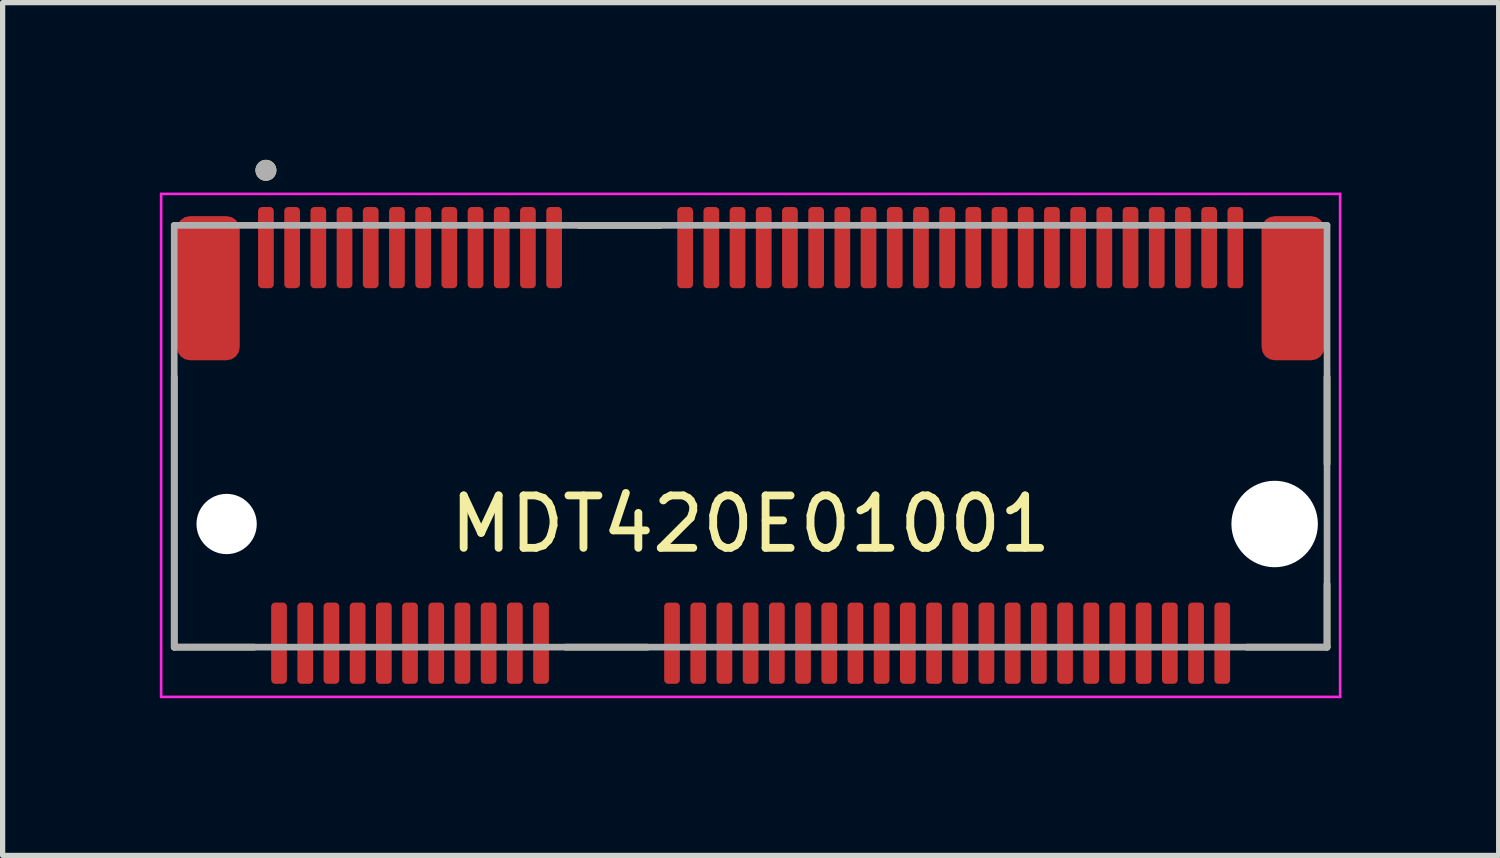
<source format=kicad_pcb>
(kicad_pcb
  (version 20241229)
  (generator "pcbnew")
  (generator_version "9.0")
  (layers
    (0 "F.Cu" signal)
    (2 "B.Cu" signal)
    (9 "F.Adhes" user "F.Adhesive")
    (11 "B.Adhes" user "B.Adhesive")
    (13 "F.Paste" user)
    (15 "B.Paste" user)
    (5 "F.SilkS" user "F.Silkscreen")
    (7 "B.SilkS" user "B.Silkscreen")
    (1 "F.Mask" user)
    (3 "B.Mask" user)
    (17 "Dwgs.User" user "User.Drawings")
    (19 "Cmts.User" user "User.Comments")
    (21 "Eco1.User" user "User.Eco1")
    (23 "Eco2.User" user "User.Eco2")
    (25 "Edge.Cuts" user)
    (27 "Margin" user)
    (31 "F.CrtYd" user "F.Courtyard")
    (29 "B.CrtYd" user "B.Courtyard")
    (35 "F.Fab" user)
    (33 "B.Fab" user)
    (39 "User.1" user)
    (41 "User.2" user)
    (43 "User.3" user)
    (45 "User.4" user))
  (footprint "MDT420E01001"
    (layer "F.Cu")
    (at 11.275 6.95)
    (property "Reference" "MDT420E01001" (at 0 0 0) (layer "F.SilkS") (effects (font (size 1 1) (thickness 0.15))))
    (attr smd)
    (fp_line (start -11 2.35) (end -11 -2.805) (stroke (width 0.127) (type solid)) (layer "F.SilkS"))
    (fp_line (start -9.47 2.35) (end -11 2.35) (stroke (width 0.127) (type solid)) (layer "F.SilkS"))
    (fp_line (start -3.53 2.35) (end -1.97 2.35) (stroke (width 0.127) (type solid)) (layer "F.SilkS"))
    (fp_line (start -3.28 -5.7) (end -1.72 -5.7) (stroke (width 0.127) (type solid)) (layer "F.SilkS"))
    (fp_line (start 11 -2.805) (end 11 -1.145) (stroke (width 0.127) (type solid)) (layer "F.SilkS"))
    (fp_line (start 11 2.35) (end 9.47 2.35) (stroke (width 0.127) (type solid)) (layer "F.SilkS"))
    (fp_line (start 11 2.35) (end 11 1.145) (stroke (width 0.127) (type solid)) (layer "F.SilkS"))
    (fp_circle (center -9.25 -6.75) (end -9.15 -6.75) (stroke (width 0.2) (type solid)) (fill no) (layer "F.SilkS"))
    (fp_line (start -11.25 -6.3) (end -11.25 3.3) (stroke (width 0.05) (type solid)) (layer "F.CrtYd"))
    (fp_line (start -11.25 3.3) (end 11.25 3.3) (stroke (width 0.05) (type solid)) (layer "F.CrtYd"))
    (fp_line (start 11.25 -6.3) (end -11.25 -6.3) (stroke (width 0.05) (type solid)) (layer "F.CrtYd"))
    (fp_line (start 11.25 3.3) (end 11.25 -6.3) (stroke (width 0.05) (type solid)) (layer "F.CrtYd"))
    (fp_line (start -11 -5.7) (end 11 -5.7) (stroke (width 0.127) (type solid)) (layer "F.Fab"))
    (fp_line (start -11 2.35) (end -11 -5.7) (stroke (width 0.127) (type solid)) (layer "F.Fab"))
    (fp_line (start 11 -5.7) (end 11 2.35) (stroke (width 0.127) (type solid)) (layer "F.Fab"))
    (fp_line (start 11 2.35) (end -11 2.35) (stroke (width 0.127) (type solid)) (layer "F.Fab"))
    (fp_circle (center -9.25 -6.75) (end -9.15 -6.75) (stroke (width 0.2) (type solid)) (fill no) (layer "F.Fab"))
    (pad "" np_thru_hole circle (at -10 0) (size 1.15 1.15) (drill 1.15) (layers "*.Cu" "*.Mask"))
    (pad "" np_thru_hole circle (at 10 0) (size 1.65 1.65) (drill 1.65) (layers "*.Cu" "*.Mask"))
    (pad "1" smd roundrect (at -9.25 -5.275) (size 0.3 1.55) (layers "F.Cu" "F.Mask" "F.Paste") (roundrect_rratio 0.25))
    (pad "2" smd roundrect (at -9 2.275) (size 0.3 1.55) (layers "F.Cu" "F.Mask" "F.Paste") (roundrect_rratio 0.25))
    (pad "3" smd roundrect (at -8.75 -5.275) (size 0.3 1.55) (layers "F.Cu" "F.Mask" "F.Paste") (roundrect_rratio 0.25))
    (pad "4" smd roundrect (at -8.5 2.275) (size 0.3 1.55) (layers "F.Cu" "F.Mask" "F.Paste") (roundrect_rratio 0.25))
    (pad "5" smd roundrect (at -8.25 -5.275) (size 0.3 1.55) (layers "F.Cu" "F.Mask" "F.Paste") (roundrect_rratio 0.25))
    (pad "6" smd roundrect (at -8 2.275) (size 0.3 1.55) (layers "F.Cu" "F.Mask" "F.Paste") (roundrect_rratio 0.25))
    (pad "7" smd roundrect (at -7.75 -5.275) (size 0.3 1.55) (layers "F.Cu" "F.Mask" "F.Paste") (roundrect_rratio 0.25))
    (pad "8" smd roundrect (at -7.5 2.275) (size 0.3 1.55) (layers "F.Cu" "F.Mask" "F.Paste") (roundrect_rratio 0.25))
    (pad "9" smd roundrect (at -7.25 -5.275) (size 0.3 1.55) (layers "F.Cu" "F.Mask" "F.Paste") (roundrect_rratio 0.25))
    (pad "10" smd roundrect (at -7 2.275) (size 0.3 1.55) (layers "F.Cu" "F.Mask" "F.Paste") (roundrect_rratio 0.25))
    (pad "11" smd roundrect (at -6.75 -5.275) (size 0.3 1.55) (layers "F.Cu" "F.Mask" "F.Paste") (roundrect_rratio 0.25))
    (pad "12" smd roundrect (at -6.5 2.275) (size 0.3 1.55) (layers "F.Cu" "F.Mask" "F.Paste") (roundrect_rratio 0.25))
    (pad "13" smd roundrect (at -6.25 -5.275) (size 0.3 1.55) (layers "F.Cu" "F.Mask" "F.Paste") (roundrect_rratio 0.25))
    (pad "14" smd roundrect (at -6 2.275) (size 0.3 1.55) (layers "F.Cu" "F.Mask" "F.Paste") (roundrect_rratio 0.25))
    (pad "15" smd roundrect (at -5.75 -5.275) (size 0.3 1.55) (layers "F.Cu" "F.Mask" "F.Paste") (roundrect_rratio 0.25))
    (pad "16" smd roundrect (at -5.5 2.275) (size 0.3 1.55) (layers "F.Cu" "F.Mask" "F.Paste") (roundrect_rratio 0.25))
    (pad "17" smd roundrect (at -5.25 -5.275) (size 0.3 1.55) (layers "F.Cu" "F.Mask" "F.Paste") (roundrect_rratio 0.25))
    (pad "18" smd roundrect (at -5 2.275) (size 0.3 1.55) (layers "F.Cu" "F.Mask" "F.Paste") (roundrect_rratio 0.25))
    (pad "19" smd roundrect (at -4.75 -5.275) (size 0.3 1.55) (layers "F.Cu" "F.Mask" "F.Paste") (roundrect_rratio 0.25))
    (pad "20" smd roundrect (at -4.5 2.275) (size 0.3 1.55) (layers "F.Cu" "F.Mask" "F.Paste") (roundrect_rratio 0.25))
    (pad "21" smd roundrect (at -4.25 -5.275) (size 0.3 1.55) (layers "F.Cu" "F.Mask" "F.Paste") (roundrect_rratio 0.25))
    (pad "22" smd roundrect (at -4 2.275) (size 0.3 1.55) (layers "F.Cu" "F.Mask" "F.Paste") (roundrect_rratio 0.25))
    (pad "23" smd roundrect (at -3.75 -5.275) (size 0.3 1.55) (layers "F.Cu" "F.Mask" "F.Paste") (roundrect_rratio 0.25))
    (pad "32" smd roundrect (at -1.5 2.275) (size 0.3 1.55) (layers "F.Cu" "F.Mask" "F.Paste") (roundrect_rratio 0.25))
    (pad "33" smd roundrect (at -1.25 -5.275) (size 0.3 1.55) (layers "F.Cu" "F.Mask" "F.Paste") (roundrect_rratio 0.25))
    (pad "34" smd roundrect (at -1 2.275) (size 0.3 1.55) (layers "F.Cu" "F.Mask" "F.Paste") (roundrect_rratio 0.25))
    (pad "35" smd roundrect (at -0.75 -5.275) (size 0.3 1.55) (layers "F.Cu" "F.Mask" "F.Paste") (roundrect_rratio 0.25))
    (pad "36" smd roundrect (at -0.5 2.275) (size 0.3 1.55) (layers "F.Cu" "F.Mask" "F.Paste") (roundrect_rratio 0.25))
    (pad "37" smd roundrect (at -0.25 -5.275) (size 0.3 1.55) (layers "F.Cu" "F.Mask" "F.Paste") (roundrect_rratio 0.25))
    (pad "38" smd roundrect (at 0 2.275) (size 0.3 1.55) (layers "F.Cu" "F.Mask" "F.Paste") (roundrect_rratio 0.25))
    (pad "39" smd roundrect (at 0.25 -5.275) (size 0.3 1.55) (layers "F.Cu" "F.Mask" "F.Paste") (roundrect_rratio 0.25))
    (pad "40" smd roundrect (at 0.5 2.275) (size 0.3 1.55) (layers "F.Cu" "F.Mask" "F.Paste") (roundrect_rratio 0.25))
    (pad "41" smd roundrect (at 0.75 -5.275) (size 0.3 1.55) (layers "F.Cu" "F.Mask" "F.Paste") (roundrect_rratio 0.25))
    (pad "42" smd roundrect (at 1 2.275) (size 0.3 1.55) (layers "F.Cu" "F.Mask" "F.Paste") (roundrect_rratio 0.25))
    (pad "43" smd roundrect (at 1.25 -5.275) (size 0.3 1.55) (layers "F.Cu" "F.Mask" "F.Paste") (roundrect_rratio 0.25))
    (pad "44" smd roundrect (at 1.5 2.275) (size 0.3 1.55) (layers "F.Cu" "F.Mask" "F.Paste") (roundrect_rratio 0.25))
    (pad "45" smd roundrect (at 1.75 -5.275) (size 0.3 1.55) (layers "F.Cu" "F.Mask" "F.Paste") (roundrect_rratio 0.25))
    (pad "46" smd roundrect (at 2 2.275) (size 0.3 1.55) (layers "F.Cu" "F.Mask" "F.Paste") (roundrect_rratio 0.25))
    (pad "47" smd roundrect (at 2.25 -5.275) (size 0.3 1.55) (layers "F.Cu" "F.Mask" "F.Paste") (roundrect_rratio 0.25))
    (pad "48" smd roundrect (at 2.5 2.275) (size 0.3 1.55) (layers "F.Cu" "F.Mask" "F.Paste") (roundrect_rratio 0.25))
    (pad "49" smd roundrect (at 2.75 -5.275) (size 0.3 1.55) (layers "F.Cu" "F.Mask" "F.Paste") (roundrect_rratio 0.25))
    (pad "50" smd roundrect (at 3 2.275) (size 0.3 1.55) (layers "F.Cu" "F.Mask" "F.Paste") (roundrect_rratio 0.25))
    (pad "51" smd roundrect (at 3.25 -5.275) (size 0.3 1.55) (layers "F.Cu" "F.Mask" "F.Paste") (roundrect_rratio 0.25))
    (pad "52" smd roundrect (at 3.5 2.275) (size 0.3 1.55) (layers "F.Cu" "F.Mask" "F.Paste") (roundrect_rratio 0.25))
    (pad "53" smd roundrect (at 3.75 -5.275) (size 0.3 1.55) (layers "F.Cu" "F.Mask" "F.Paste") (roundrect_rratio 0.25))
    (pad "54" smd roundrect (at 4 2.275) (size 0.3 1.55) (layers "F.Cu" "F.Mask" "F.Paste") (roundrect_rratio 0.25))
    (pad "55" smd roundrect (at 4.25 -5.275) (size 0.3 1.55) (layers "F.Cu" "F.Mask" "F.Paste") (roundrect_rratio 0.25))
    (pad "56" smd roundrect (at 4.5 2.275) (size 0.3 1.55) (layers "F.Cu" "F.Mask" "F.Paste") (roundrect_rratio 0.25))
    (pad "57" smd roundrect (at 4.75 -5.275) (size 0.3 1.55) (layers "F.Cu" "F.Mask" "F.Paste") (roundrect_rratio 0.25))
    (pad "58" smd roundrect (at 5 2.275) (size 0.3 1.55) (layers "F.Cu" "F.Mask" "F.Paste") (roundrect_rratio 0.25))
    (pad "59" smd roundrect (at 5.25 -5.275) (size 0.3 1.55) (layers "F.Cu" "F.Mask" "F.Paste") (roundrect_rratio 0.25))
    (pad "60" smd roundrect (at 5.5 2.275) (size 0.3 1.55) (layers "F.Cu" "F.Mask" "F.Paste") (roundrect_rratio 0.25))
    (pad "61" smd roundrect (at 5.75 -5.275) (size 0.3 1.55) (layers "F.Cu" "F.Mask" "F.Paste") (roundrect_rratio 0.25))
    (pad "62" smd roundrect (at 6 2.275) (size 0.3 1.55) (layers "F.Cu" "F.Mask" "F.Paste") (roundrect_rratio 0.25))
    (pad "63" smd roundrect (at 6.25 -5.275) (size 0.3 1.55) (layers "F.Cu" "F.Mask" "F.Paste") (roundrect_rratio 0.25))
    (pad "64" smd roundrect (at 6.5 2.275) (size 0.3 1.55) (layers "F.Cu" "F.Mask" "F.Paste") (roundrect_rratio 0.25))
    (pad "65" smd roundrect (at 6.75 -5.275) (size 0.3 1.55) (layers "F.Cu" "F.Mask" "F.Paste") (roundrect_rratio 0.25))
    (pad "66" smd roundrect (at 7 2.275) (size 0.3 1.55) (layers "F.Cu" "F.Mask" "F.Paste") (roundrect_rratio 0.25))
    (pad "67" smd roundrect (at 7.25 -5.275) (size 0.3 1.55) (layers "F.Cu" "F.Mask" "F.Paste") (roundrect_rratio 0.25))
    (pad "68" smd roundrect (at 7.5 2.275) (size 0.3 1.55) (layers "F.Cu" "F.Mask" "F.Paste") (roundrect_rratio 0.25))
    (pad "69" smd roundrect (at 7.75 -5.275) (size 0.3 1.55) (layers "F.Cu" "F.Mask" "F.Paste") (roundrect_rratio 0.25))
    (pad "70" smd roundrect (at 8 2.275) (size 0.3 1.55) (layers "F.Cu" "F.Mask" "F.Paste") (roundrect_rratio 0.25))
    (pad "71" smd roundrect (at 8.25 -5.275) (size 0.3 1.55) (layers "F.Cu" "F.Mask" "F.Paste") (roundrect_rratio 0.25))
    (pad "72" smd roundrect (at 8.5 2.275) (size 0.3 1.55) (layers "F.Cu" "F.Mask" "F.Paste") (roundrect_rratio 0.25))
    (pad "73" smd roundrect (at 8.75 -5.275) (size 0.3 1.55) (layers "F.Cu" "F.Mask" "F.Paste") (roundrect_rratio 0.25))
    (pad "74" smd roundrect (at 9 2.275) (size 0.3 1.55) (layers "F.Cu" "F.Mask" "F.Paste") (roundrect_rratio 0.25))
    (pad "75" smd roundrect (at 9.25 -5.275) (size 0.3 1.55) (layers "F.Cu" "F.Mask" "F.Paste") (roundrect_rratio 0.25))
    (pad "S1" smd roundrect (at -10.35 -4.5) (size 1.2 2.75) (layers "F.Cu" "F.Mask" "F.Paste") (roundrect_rratio 0.208))
    (pad "S2" smd roundrect (at 10.35 -4.5) (size 1.2 2.75) (layers "F.Cu" "F.Mask" "F.Paste") (roundrect_rratio 0.208)))
  (gr_rect
    (start -3 -3)
    (end 25.55 13.275)
    (stroke (width 0.1) (type default))
    (fill no)
    (layer "Edge.Cuts")))
</source>
